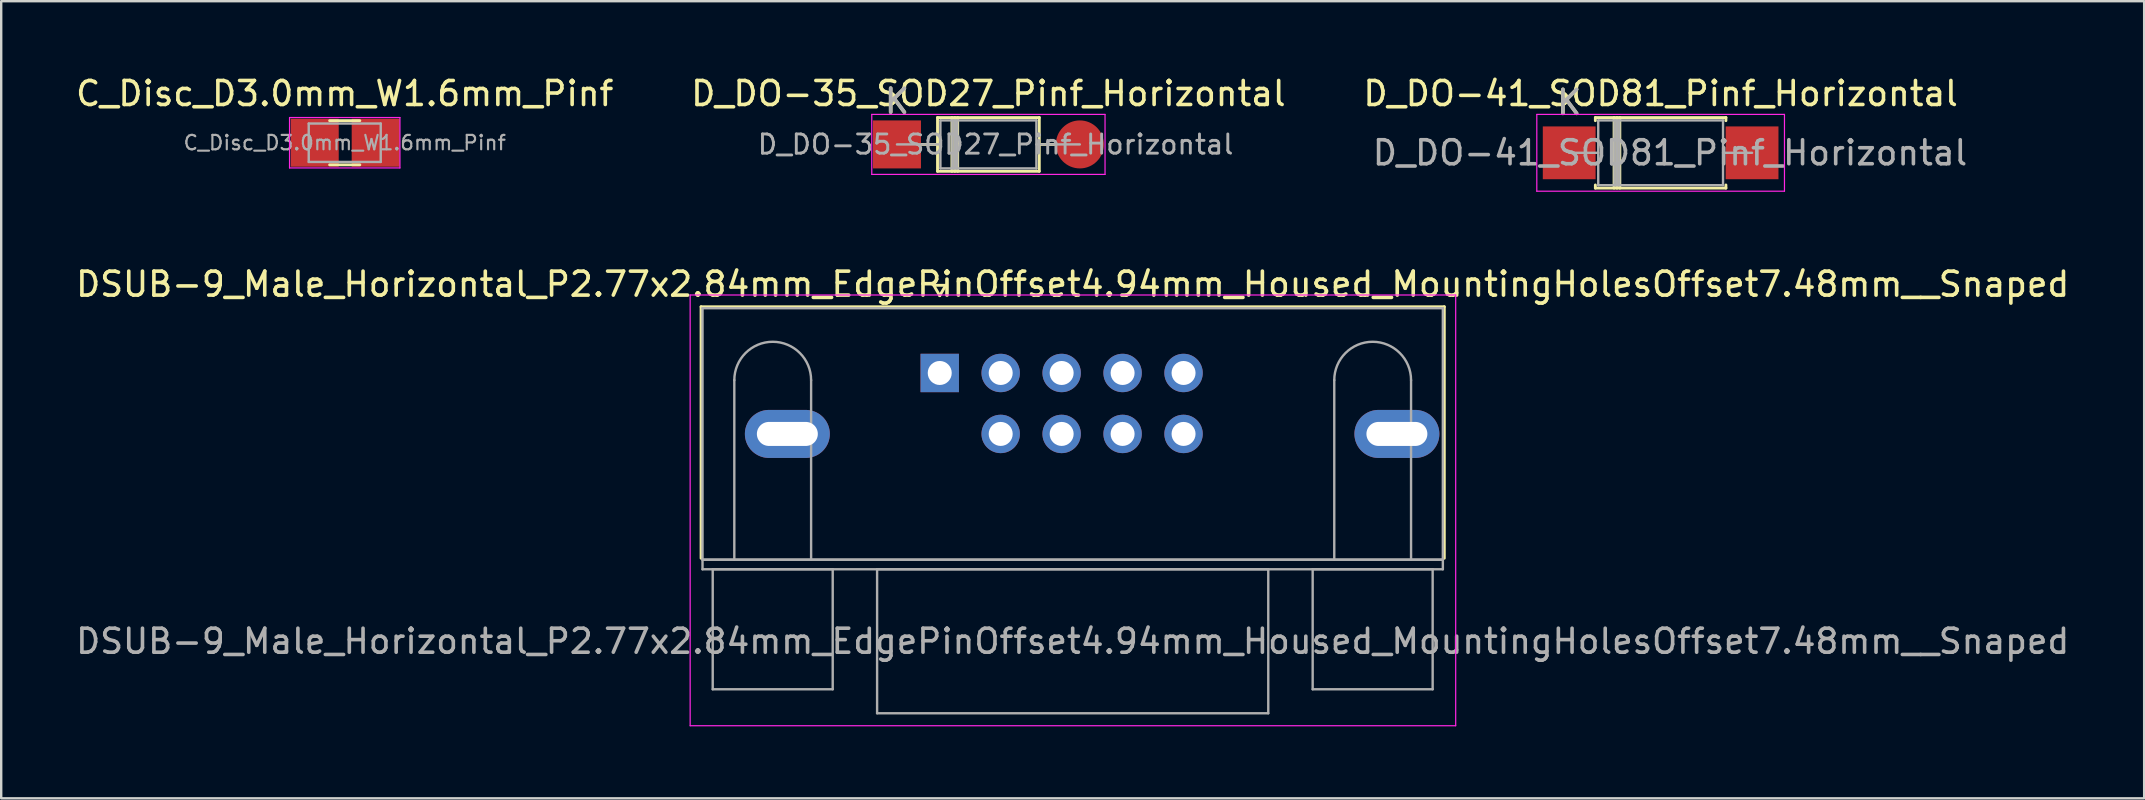
<source format=kicad_pcb>
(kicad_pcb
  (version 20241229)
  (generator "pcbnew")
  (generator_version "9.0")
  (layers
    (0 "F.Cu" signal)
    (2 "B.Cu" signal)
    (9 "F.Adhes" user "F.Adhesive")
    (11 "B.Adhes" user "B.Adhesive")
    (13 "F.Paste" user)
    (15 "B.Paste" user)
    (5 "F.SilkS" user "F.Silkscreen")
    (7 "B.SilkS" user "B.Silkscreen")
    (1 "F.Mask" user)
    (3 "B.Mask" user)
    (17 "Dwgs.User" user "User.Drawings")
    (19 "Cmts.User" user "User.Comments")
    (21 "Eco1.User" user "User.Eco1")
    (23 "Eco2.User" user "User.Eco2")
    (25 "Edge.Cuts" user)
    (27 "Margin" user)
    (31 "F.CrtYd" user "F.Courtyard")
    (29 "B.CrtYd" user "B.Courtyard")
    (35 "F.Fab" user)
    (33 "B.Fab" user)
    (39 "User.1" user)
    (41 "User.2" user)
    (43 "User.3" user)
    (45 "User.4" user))
  (footprint "DSUB-9_Male_Horizontal_P2.77x2.84mm_EdgePinOffset4.94mm_Housed_MountingHolesOffset7.48mm__Snaped"
    (layer "F.Cu")
    (at 36.109 12.492)
    (property "Reference" "DSUB-9_Male_Horizontal_P2.77x2.84mm_EdgePinOffset4.94mm_Housed_MountingHolesOffset7.48mm__Snaped" (at 5.54 -3.7 0) (layer "F.SilkS") (effects (font (size 1 1) (thickness 0.15))))
    (attr through_hole)
    (fp_line (start -9.945 -2.76) (end 21.025 -2.76) (stroke (width 0.12) (type solid)) (layer "F.SilkS"))
    (fp_line (start -9.945 7.72) (end -9.945 -2.76) (stroke (width 0.12) (type solid)) (layer "F.SilkS"))
    (fp_line (start -0.25 -3.654) (end 0.25 -3.654) (stroke (width 0.12) (type solid)) (layer "F.SilkS"))
    (fp_line (start 0 -3.221) (end -0.25 -3.654) (stroke (width 0.12) (type solid)) (layer "F.SilkS"))
    (fp_line (start 0.25 -3.654) (end 0 -3.221) (stroke (width 0.12) (type solid)) (layer "F.SilkS"))
    (fp_line (start 21.025 -2.76) (end 21.025 7.72) (stroke (width 0.12) (type solid)) (layer "F.SilkS"))
    (fp_line (start -10.4 -3.25) (end -10.4 14.7) (stroke (width 0.05) (type solid)) (layer "F.CrtYd"))
    (fp_line (start -10.4 14.7) (end 21.5 14.7) (stroke (width 0.05) (type solid)) (layer "F.CrtYd"))
    (fp_line (start 21.5 -3.25) (end -10.4 -3.25) (stroke (width 0.05) (type solid)) (layer "F.CrtYd"))
    (fp_line (start 21.5 14.7) (end 21.5 -3.25) (stroke (width 0.05) (type solid)) (layer "F.CrtYd"))
    (fp_line (start -9.885 -2.7) (end -9.885 7.78) (stroke (width 0.1) (type solid)) (layer "F.Fab"))
    (fp_line (start -9.885 7.78) (end -9.885 8.18) (stroke (width 0.1) (type solid)) (layer "F.Fab"))
    (fp_line (start -9.885 7.78) (end 20.965 7.78) (stroke (width 0.1) (type solid)) (layer "F.Fab"))
    (fp_line (start -9.885 8.18) (end 20.965 8.18) (stroke (width 0.1) (type solid)) (layer "F.Fab"))
    (fp_line (start -9.46 8.18) (end -9.46 13.18) (stroke (width 0.1) (type solid)) (layer "F.Fab"))
    (fp_line (start -9.46 13.18) (end -4.46 13.18) (stroke (width 0.1) (type solid)) (layer "F.Fab"))
    (fp_line (start -8.56 7.78) (end -8.56 0.3) (stroke (width 0.1) (type solid)) (layer "F.Fab"))
    (fp_line (start -5.36 7.78) (end -5.36 0.3) (stroke (width 0.1) (type solid)) (layer "F.Fab"))
    (fp_line (start -4.46 8.18) (end -9.46 8.18) (stroke (width 0.1) (type solid)) (layer "F.Fab"))
    (fp_line (start -4.46 13.18) (end -4.46 8.18) (stroke (width 0.1) (type solid)) (layer "F.Fab"))
    (fp_line (start -2.61 8.18) (end -2.61 14.18) (stroke (width 0.1) (type solid)) (layer "F.Fab"))
    (fp_line (start -2.61 14.18) (end 13.69 14.18) (stroke (width 0.1) (type solid)) (layer "F.Fab"))
    (fp_line (start 13.69 8.18) (end -2.61 8.18) (stroke (width 0.1) (type solid)) (layer "F.Fab"))
    (fp_line (start 13.69 14.18) (end 13.69 8.18) (stroke (width 0.1) (type solid)) (layer "F.Fab"))
    (fp_line (start 15.54 8.18) (end 15.54 13.18) (stroke (width 0.1) (type solid)) (layer "F.Fab"))
    (fp_line (start 15.54 13.18) (end 20.54 13.18) (stroke (width 0.1) (type solid)) (layer "F.Fab"))
    (fp_line (start 16.44 7.78) (end 16.44 0.3) (stroke (width 0.1) (type solid)) (layer "F.Fab"))
    (fp_line (start 19.64 7.78) (end 19.64 0.3) (stroke (width 0.1) (type solid)) (layer "F.Fab"))
    (fp_line (start 20.54 8.18) (end 15.54 8.18) (stroke (width 0.1) (type solid)) (layer "F.Fab"))
    (fp_line (start 20.54 13.18) (end 20.54 8.18) (stroke (width 0.1) (type solid)) (layer "F.Fab"))
    (fp_line (start 20.965 -2.7) (end -9.885 -2.7) (stroke (width 0.1) (type solid)) (layer "F.Fab"))
    (fp_line (start 20.965 7.78) (end -9.885 7.78) (stroke (width 0.1) (type solid)) (layer "F.Fab"))
    (fp_line (start 20.965 7.78) (end 20.965 -2.7) (stroke (width 0.1) (type solid)) (layer "F.Fab"))
    (fp_line (start 20.965 8.18) (end 20.965 7.78) (stroke (width 0.1) (type solid)) (layer "F.Fab"))
    (fp_arc (start -8.56 0.3) (mid -6.96 -1.3) (end -5.36 0.3) (stroke (width 0.1) (type solid)) (layer "F.Fab"))
    (fp_arc (start 16.44 0.3) (mid 18.04 -1.3) (end 19.64 0.3) (stroke (width 0.1) (type solid)) (layer "F.Fab"))
    (fp_text user "${REFERENCE}" (at 5.54 11.18 0) (layer "F.Fab") (effects (font (size 1 1) (thickness 0.15))))
    (pad "0" thru_hole oval (at -6.35 2.54) (size 3.54 2) (drill oval 2.54 1) (layers "*.Cu" "*.Mask"))
    (pad "0" thru_hole oval (at 19.05 2.54) (size 3.54 2) (drill oval 2.54 1) (layers "*.Cu" "*.Mask"))
    (pad "1" thru_hole rect (at 0 0) (size 1.6 1.6) (drill 1) (layers "*.Cu" "*.Mask"))
    (pad "2" thru_hole circle (at 2.54 0) (size 1.6 1.6) (drill 1) (layers "*.Cu" "*.Mask"))
    (pad "3" thru_hole circle (at 5.08 0) (size 1.6 1.6) (drill 1) (layers "*.Cu" "*.Mask"))
    (pad "4" thru_hole circle (at 7.62 0) (size 1.6 1.6) (drill 1) (layers "*.Cu" "*.Mask"))
    (pad "5" thru_hole circle (at 10.16 0) (size 1.6 1.6) (drill 1) (layers "*.Cu" "*.Mask"))
    (pad "6" thru_hole circle (at 2.54 2.54) (size 1.6 1.6) (drill 1) (layers "*.Cu" "*.Mask"))
    (pad "7" thru_hole circle (at 5.08 2.54) (size 1.6 1.6) (drill 1) (layers "*.Cu" "*.Mask"))
    (pad "8" thru_hole circle (at 7.62 2.54) (size 1.6 1.6) (drill 1) (layers "*.Cu" "*.Mask"))
    (pad "9" thru_hole circle (at 10.16 2.54) (size 1.6 1.6) (drill 1) (layers "*.Cu" "*.Mask")))
  (footprint "D_DO-35_SOD27_Pinf_Horizontal"
    (layer "F.Cu")
    (at 34.327 2.968)
    (property "Reference" "D_DO-35_SOD27_Pinf_Horizontal" (at 3.81 -2.12 0) (layer "F.SilkS") (effects (font (size 1 1) (thickness 0.15))))
    (attr through_hole)
    (fp_line (start 1.04 0) (end 1.69 0) (stroke (width 0.12) (type solid)) (layer "F.SilkS"))
    (fp_line (start 1.69 -1.12) (end 1.69 1.12) (stroke (width 0.12) (type solid)) (layer "F.SilkS"))
    (fp_line (start 1.69 1.12) (end 5.93 1.12) (stroke (width 0.12) (type solid)) (layer "F.SilkS"))
    (fp_line (start 2.29 -1.12) (end 2.29 1.12) (stroke (width 0.12) (type solid)) (layer "F.SilkS"))
    (fp_line (start 2.41 -1.12) (end 2.41 1.12) (stroke (width 0.12) (type solid)) (layer "F.SilkS"))
    (fp_line (start 2.53 -1.12) (end 2.53 1.12) (stroke (width 0.12) (type solid)) (layer "F.SilkS"))
    (fp_line (start 5.93 -1.12) (end 1.69 -1.12) (stroke (width 0.12) (type solid)) (layer "F.SilkS"))
    (fp_line (start 5.93 1.12) (end 5.93 -1.12) (stroke (width 0.12) (type solid)) (layer "F.SilkS"))
    (fp_line (start 6.58 0) (end 5.93 0) (stroke (width 0.12) (type solid)) (layer "F.SilkS"))
    (fp_line (start -1.05 -1.25) (end -1.05 1.25) (stroke (width 0.05) (type solid)) (layer "F.CrtYd"))
    (fp_line (start -1.05 1.25) (end 8.67 1.25) (stroke (width 0.05) (type solid)) (layer "F.CrtYd"))
    (fp_line (start 8.67 -1.25) (end -1.05 -1.25) (stroke (width 0.05) (type solid)) (layer "F.CrtYd"))
    (fp_line (start 8.67 1.25) (end 8.67 -1.25) (stroke (width 0.05) (type solid)) (layer "F.CrtYd"))
    (fp_line (start 0 0) (end 1.81 0) (stroke (width 0.1) (type solid)) (layer "F.Fab"))
    (fp_line (start 1.81 -1) (end 1.81 1) (stroke (width 0.1) (type solid)) (layer "F.Fab"))
    (fp_line (start 1.81 1) (end 5.81 1) (stroke (width 0.1) (type solid)) (layer "F.Fab"))
    (fp_line (start 2.31 -1) (end 2.31 1) (stroke (width 0.1) (type solid)) (layer "F.Fab"))
    (fp_line (start 2.41 -1) (end 2.41 1) (stroke (width 0.1) (type solid)) (layer "F.Fab"))
    (fp_line (start 2.51 -1) (end 2.51 1) (stroke (width 0.1) (type solid)) (layer "F.Fab"))
    (fp_line (start 5.81 -1) (end 1.81 -1) (stroke (width 0.1) (type solid)) (layer "F.Fab"))
    (fp_line (start 5.81 1) (end 5.81 -1) (stroke (width 0.1) (type solid)) (layer "F.Fab"))
    (fp_line (start 7.62 0) (end 5.81 0) (stroke (width 0.1) (type solid)) (layer "F.Fab"))
    (fp_text user "K" (at 0 -1.8 0) (layer "F.SilkS") (effects (font (size 1 1) (thickness 0.15))))
    (fp_text user "${REFERENCE}" (at 4.11 0 0) (layer "F.Fab") (effects (font (size 0.8 0.8) (thickness 0.12))))
    (fp_text user "K" (at 0 -1.8 0) (layer "F.Fab") (effects (font (size 1 1) (thickness 0.15))))
    (pad "1" smd rect (at 0 0) (size 2 2) (layers "F.Cu" "F.Mask" "F.Paste"))
    (pad "2" smd oval (at 7.62 0) (size 2 2) (layers "F.Cu" "F.Mask" "F.Paste")))
  (footprint "D_DO-41_SOD81_Pinf_Horizontal"
    (layer "F.Cu")
    (at 62.339 3.318)
    (property "Reference" "D_DO-41_SOD81_Pinf_Horizontal" (at 3.81 -2.47 0) (layer "F.SilkS") (effects (font (size 1 1) (thickness 0.15))))
    (attr through_hole)
    (fp_line (start 1.09 -1.47) (end 6.53 -1.47) (stroke (width 0.12) (type solid)) (layer "F.SilkS"))
    (fp_line (start 1.09 -1.34) (end 1.09 -1.47) (stroke (width 0.12) (type solid)) (layer "F.SilkS"))
    (fp_line (start 1.09 1.34) (end 1.09 1.47) (stroke (width 0.12) (type solid)) (layer "F.SilkS"))
    (fp_line (start 1.09 1.47) (end 6.53 1.47) (stroke (width 0.12) (type solid)) (layer "F.SilkS"))
    (fp_line (start 1.87 -1.47) (end 1.87 1.47) (stroke (width 0.12) (type solid)) (layer "F.SilkS"))
    (fp_line (start 1.99 -1.47) (end 1.99 1.47) (stroke (width 0.12) (type solid)) (layer "F.SilkS"))
    (fp_line (start 2.11 -1.47) (end 2.11 1.47) (stroke (width 0.12) (type solid)) (layer "F.SilkS"))
    (fp_line (start 6.53 -1.47) (end 6.53 -1.34) (stroke (width 0.12) (type solid)) (layer "F.SilkS"))
    (fp_line (start 6.53 1.47) (end 6.53 1.34) (stroke (width 0.12) (type solid)) (layer "F.SilkS"))
    (fp_line (start -1.35 -1.6) (end -1.35 1.6) (stroke (width 0.05) (type solid)) (layer "F.CrtYd"))
    (fp_line (start -1.35 1.6) (end 8.97 1.6) (stroke (width 0.05) (type solid)) (layer "F.CrtYd"))
    (fp_line (start 8.97 -1.6) (end -1.35 -1.6) (stroke (width 0.05) (type solid)) (layer "F.CrtYd"))
    (fp_line (start 8.97 1.6) (end 8.97 -1.6) (stroke (width 0.05) (type solid)) (layer "F.CrtYd"))
    (fp_line (start 0 0) (end 1.21 0) (stroke (width 0.1) (type solid)) (layer "F.Fab"))
    (fp_line (start 1.21 -1.35) (end 1.21 1.35) (stroke (width 0.1) (type solid)) (layer "F.Fab"))
    (fp_line (start 1.21 1.35) (end 6.41 1.35) (stroke (width 0.1) (type solid)) (layer "F.Fab"))
    (fp_line (start 1.89 -1.35) (end 1.89 1.35) (stroke (width 0.1) (type solid)) (layer "F.Fab"))
    (fp_line (start 1.99 -1.35) (end 1.99 1.35) (stroke (width 0.1) (type solid)) (layer "F.Fab"))
    (fp_line (start 2.09 -1.35) (end 2.09 1.35) (stroke (width 0.1) (type solid)) (layer "F.Fab"))
    (fp_line (start 6.41 -1.35) (end 1.21 -1.35) (stroke (width 0.1) (type solid)) (layer "F.Fab"))
    (fp_line (start 6.41 1.35) (end 6.41 -1.35) (stroke (width 0.1) (type solid)) (layer "F.Fab"))
    (fp_line (start 7.62 0) (end 6.41 0) (stroke (width 0.1) (type solid)) (layer "F.Fab"))
    (fp_text user "K" (at 0 -2.1 0) (layer "F.SilkS") (effects (font (size 1 1) (thickness 0.15))))
    (fp_text user "K" (at 0 -2.1 0) (layer "F.Fab") (effects (font (size 1 1) (thickness 0.15))))
    (fp_text user "${REFERENCE}" (at 4.2 0 0) (layer "F.Fab") (effects (font (size 1 1) (thickness 0.15))))
    (pad "1" smd rect (at 0 0) (size 2.2 2.2) (layers "F.Cu" "F.Mask" "F.Paste"))
    (pad "2" smd rect (at 7.62 0) (size 2.2 2.2) (layers "F.Cu" "F.Mask" "F.Paste")))
  (footprint "C_Disc_D3.0mm_W1.6mm_Pinf"
    (layer "F.Cu")
    (at 10.065 2.898)
    (property "Reference" "C_Disc_D3.0mm_W1.6mm_Pinf" (at 1.25 -2.05 0) (layer "F.SilkS") (effects (font (size 1 1) (thickness 0.15))))
    (attr through_hole)
    (fp_line (start 0.621 -0.92) (end 1.879 -0.92) (stroke (width 0.12) (type solid)) (layer "F.SilkS"))
    (fp_line (start 0.621 0.92) (end 1.879 0.92) (stroke (width 0.12) (type solid)) (layer "F.SilkS"))
    (fp_line (start -1.05 -1.05) (end -1.05 1.05) (stroke (width 0.05) (type solid)) (layer "F.CrtYd"))
    (fp_line (start -1.05 1.05) (end 3.55 1.05) (stroke (width 0.05) (type solid)) (layer "F.CrtYd"))
    (fp_line (start 3.55 -1.05) (end -1.05 -1.05) (stroke (width 0.05) (type solid)) (layer "F.CrtYd"))
    (fp_line (start 3.55 1.05) (end 3.55 -1.05) (stroke (width 0.05) (type solid)) (layer "F.CrtYd"))
    (fp_line (start -0.25 -0.8) (end -0.25 0.8) (stroke (width 0.1) (type solid)) (layer "F.Fab"))
    (fp_line (start -0.25 0.8) (end 2.75 0.8) (stroke (width 0.1) (type solid)) (layer "F.Fab"))
    (fp_line (start 2.75 -0.8) (end -0.25 -0.8) (stroke (width 0.1) (type solid)) (layer "F.Fab"))
    (fp_line (start 2.75 0.8) (end 2.75 -0.8) (stroke (width 0.1) (type solid)) (layer "F.Fab"))
    (fp_text user "${REFERENCE}" (at 1.25 0 0) (layer "F.Fab") (effects (font (size 0.6 0.6) (thickness 0.09))))
    (pad "1" smd rect (at 0 0) (size 2 2) (layers "F.Cu"))
    (pad "2" smd rect (at 2.54 0) (size 2 2) (layers "F.Cu")))
  (gr_rect
    (start -3 -3)
    (end 86.298 30.216)
    (stroke (width 0.1) (type default))
    (fill no)
    (layer "Edge.Cuts")))
</source>
